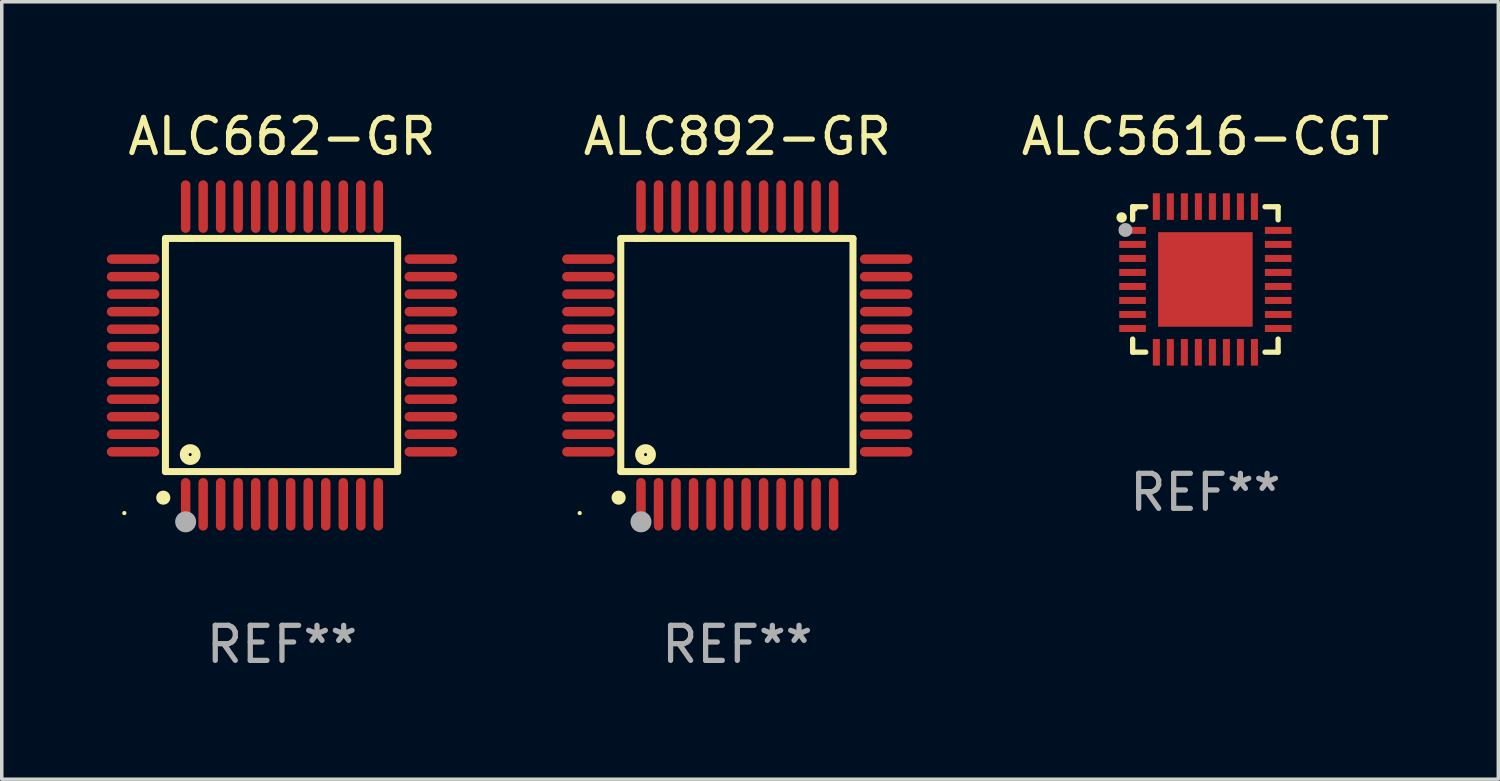
<source format=kicad_pcb>
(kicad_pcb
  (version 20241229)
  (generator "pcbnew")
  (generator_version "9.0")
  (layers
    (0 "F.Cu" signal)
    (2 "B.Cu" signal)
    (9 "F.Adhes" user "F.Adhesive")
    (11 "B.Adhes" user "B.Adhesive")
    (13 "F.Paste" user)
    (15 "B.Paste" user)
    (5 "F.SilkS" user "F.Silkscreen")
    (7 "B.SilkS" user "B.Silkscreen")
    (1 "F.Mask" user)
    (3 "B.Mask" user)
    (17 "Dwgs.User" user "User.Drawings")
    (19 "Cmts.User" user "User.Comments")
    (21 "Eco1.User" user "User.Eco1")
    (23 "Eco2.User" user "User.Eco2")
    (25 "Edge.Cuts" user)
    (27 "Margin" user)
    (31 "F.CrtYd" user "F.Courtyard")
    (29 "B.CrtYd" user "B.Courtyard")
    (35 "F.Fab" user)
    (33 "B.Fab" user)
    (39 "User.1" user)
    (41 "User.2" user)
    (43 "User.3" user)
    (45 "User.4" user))
  (footprint "ALC892-GR"
    (layer "F.Cu")
    (at 18 7.098)
    (property "Reference" "ALC892-GR" (at 0 -6.25 0) (layer "F.SilkS") (effects (font (size 1 1) (thickness 0.15))))
    (attr through_hole)
    (fp_line (start -3.327 -3.34) (end -2.565 -3.34) (stroke (width 0.2) (type solid)) (layer "F.SilkS"))
    (fp_line (start -3.327 3.315) (end -3.327 -3.34) (stroke (width 0.2) (type solid)) (layer "F.SilkS"))
    (fp_line (start -2.896 -3.34) (end 3.302 -3.34) (stroke (width 0.2) (type solid)) (layer "F.SilkS"))
    (fp_line (start 3.302 -3.34) (end 3.302 3.315) (stroke (width 0.2) (type solid)) (layer "F.SilkS"))
    (fp_line (start 3.302 3.315) (end -3.327 3.315) (stroke (width 0.2) (type solid)) (layer "F.SilkS"))
    (fp_arc (start -3.389992 4.059995) (mid -3.388722 4.059991) (end -3.387452 4.059995) (stroke (width 0.4) (type solid)) (layer "F.SilkS"))
    (fp_circle (center -4.5 4.5) (end -4.47 4.5) (stroke (width 0.06) (type solid)) (fill no) (layer "F.SilkS"))
    (fp_circle (center -2.62 2.83) (end -2.45 2.83) (stroke (width 0.254) (type solid)) (fill no) (layer "F.SilkS"))
    (fp_circle (center -2.75 4.75) (end -2.6 4.75) (stroke (width 0.3) (type solid)) (fill no) (layer "F.Fab"))
    (fp_text user "REF**" (at 0 8.25 0) (layer "F.Fab") (effects (font (size 1 1) (thickness 0.15))))
    (pad "1" smd oval (at -2.75 4.25) (size 0.27 1.5) (layers "F.Cu" "F.Mask" "F.Paste"))
    (pad "2" smd oval (at -2.25 4.25) (size 0.27 1.5) (layers "F.Cu" "F.Mask" "F.Paste"))
    (pad "3" smd oval (at -1.75 4.25) (size 0.27 1.5) (layers "F.Cu" "F.Mask" "F.Paste"))
    (pad "4" smd oval (at -1.25 4.25) (size 0.27 1.5) (layers "F.Cu" "F.Mask" "F.Paste"))
    (pad "5" smd oval (at -0.75 4.25) (size 0.27 1.5) (layers "F.Cu" "F.Mask" "F.Paste"))
    (pad "6" smd oval (at -0.25 4.25) (size 0.27 1.5) (layers "F.Cu" "F.Mask" "F.Paste"))
    (pad "7" smd oval (at 0.25 4.25) (size 0.27 1.5) (layers "F.Cu" "F.Mask" "F.Paste"))
    (pad "8" smd oval (at 0.75 4.25) (size 0.27 1.5) (layers "F.Cu" "F.Mask" "F.Paste"))
    (pad "9" smd oval (at 1.25 4.25) (size 0.27 1.5) (layers "F.Cu" "F.Mask" "F.Paste"))
    (pad "10" smd oval (at 1.75 4.25) (size 0.27 1.5) (layers "F.Cu" "F.Mask" "F.Paste"))
    (pad "11" smd oval (at 2.25 4.25) (size 0.27 1.5) (layers "F.Cu" "F.Mask" "F.Paste"))
    (pad "12" smd oval (at 2.75 4.25) (size 0.27 1.5) (layers "F.Cu" "F.Mask" "F.Paste"))
    (pad "13" smd oval (at 4.25 2.75) (size 1.5 0.27) (layers "F.Cu" "F.Mask" "F.Paste"))
    (pad "14" smd oval (at 4.25 2.25) (size 1.5 0.27) (layers "F.Cu" "F.Mask" "F.Paste"))
    (pad "15" smd oval (at 4.25 1.75) (size 1.5 0.27) (layers "F.Cu" "F.Mask" "F.Paste"))
    (pad "16" smd oval (at 4.25 1.25) (size 1.5 0.27) (layers "F.Cu" "F.Mask" "F.Paste"))
    (pad "17" smd oval (at 4.25 0.75) (size 1.5 0.27) (layers "F.Cu" "F.Mask" "F.Paste"))
    (pad "18" smd oval (at 4.25 0.25) (size 1.5 0.27) (layers "F.Cu" "F.Mask" "F.Paste"))
    (pad "19" smd oval (at 4.25 -0.25) (size 1.5 0.27) (layers "F.Cu" "F.Mask" "F.Paste"))
    (pad "20" smd oval (at 4.25 -0.75) (size 1.5 0.27) (layers "F.Cu" "F.Mask" "F.Paste"))
    (pad "21" smd oval (at 4.25 -1.25) (size 1.5 0.27) (layers "F.Cu" "F.Mask" "F.Paste"))
    (pad "22" smd oval (at 4.25 -1.75) (size 1.5 0.27) (layers "F.Cu" "F.Mask" "F.Paste"))
    (pad "23" smd oval (at 4.25 -2.25) (size 1.5 0.27) (layers "F.Cu" "F.Mask" "F.Paste"))
    (pad "24" smd oval (at 4.25 -2.75) (size 1.5 0.27) (layers "F.Cu" "F.Mask" "F.Paste"))
    (pad "25" smd oval (at 2.75 -4.25) (size 0.27 1.5) (layers "F.Cu" "F.Mask" "F.Paste"))
    (pad "26" smd oval (at 2.25 -4.25) (size 0.27 1.5) (layers "F.Cu" "F.Mask" "F.Paste"))
    (pad "27" smd oval (at 1.75 -4.25) (size 0.27 1.5) (layers "F.Cu" "F.Mask" "F.Paste"))
    (pad "28" smd oval (at 1.25 -4.25) (size 0.27 1.5) (layers "F.Cu" "F.Mask" "F.Paste"))
    (pad "29" smd oval (at 0.75 -4.25) (size 0.27 1.5) (layers "F.Cu" "F.Mask" "F.Paste"))
    (pad "30" smd oval (at 0.25 -4.25) (size 0.27 1.5) (layers "F.Cu" "F.Mask" "F.Paste"))
    (pad "31" smd oval (at -0.25 -4.25) (size 0.27 1.5) (layers "F.Cu" "F.Mask" "F.Paste"))
    (pad "32" smd oval (at -0.75 -4.25) (size 0.27 1.5) (layers "F.Cu" "F.Mask" "F.Paste"))
    (pad "33" smd oval (at -1.25 -4.25) (size 0.27 1.5) (layers "F.Cu" "F.Mask" "F.Paste"))
    (pad "34" smd oval (at -1.75 -4.25) (size 0.27 1.5) (layers "F.Cu" "F.Mask" "F.Paste"))
    (pad "35" smd oval (at -2.25 -4.25) (size 0.27 1.5) (layers "F.Cu" "F.Mask" "F.Paste"))
    (pad "36" smd oval (at -2.75 -4.25) (size 0.27 1.5) (layers "F.Cu" "F.Mask" "F.Paste"))
    (pad "37" smd oval (at -4.25 -2.75) (size 1.5 0.27) (layers "F.Cu" "F.Mask" "F.Paste"))
    (pad "38" smd oval (at -4.25 -2.25) (size 1.5 0.27) (layers "F.Cu" "F.Mask" "F.Paste"))
    (pad "39" smd oval (at -4.25 -1.75) (size 1.5 0.27) (layers "F.Cu" "F.Mask" "F.Paste"))
    (pad "40" smd oval (at -4.25 -1.25) (size 1.5 0.27) (layers "F.Cu" "F.Mask" "F.Paste"))
    (pad "41" smd oval (at -4.25 -0.75) (size 1.5 0.27) (layers "F.Cu" "F.Mask" "F.Paste"))
    (pad "42" smd oval (at -4.25 -0.25) (size 1.5 0.27) (layers "F.Cu" "F.Mask" "F.Paste"))
    (pad "43" smd oval (at -4.25 0.25) (size 1.5 0.27) (layers "F.Cu" "F.Mask" "F.Paste"))
    (pad "44" smd oval (at -4.25 0.75) (size 1.5 0.27) (layers "F.Cu" "F.Mask" "F.Paste"))
    (pad "45" smd oval (at -4.25 1.25) (size 1.5 0.27) (layers "F.Cu" "F.Mask" "F.Paste"))
    (pad "46" smd oval (at -4.25 1.75) (size 1.5 0.27) (layers "F.Cu" "F.Mask" "F.Paste"))
    (pad "47" smd oval (at -4.25 2.25) (size 1.5 0.27) (layers "F.Cu" "F.Mask" "F.Paste"))
    (pad "48" smd oval (at -4.25 2.75) (size 1.5 0.27) (layers "F.Cu" "F.Mask" "F.Paste")))
  (footprint "ALC5616-CGT"
    (layer "F.Cu")
    (at 31.363 4.928)
    (property "Reference" "ALC5616-CGT" (at 0 -4.08 0) (layer "F.SilkS") (effects (font (size 1 1) (thickness 0.15))))
    (attr through_hole)
    (fp_line (start -2.076 -2.076) (end -2.076 -1.703) (stroke (width 0.152) (type solid)) (layer "F.SilkS"))
    (fp_line (start -2.076 2.076) (end -2.076 1.703) (stroke (width 0.152) (type solid)) (layer "F.SilkS"))
    (fp_line (start -1.703 -2.076) (end -2.076 -2.076) (stroke (width 0.152) (type solid)) (layer "F.SilkS"))
    (fp_line (start -1.703 2.076) (end -2.076 2.076) (stroke (width 0.152) (type solid)) (layer "F.SilkS"))
    (fp_line (start 1.703 -2.076) (end 2.076 -2.076) (stroke (width 0.152) (type solid)) (layer "F.SilkS"))
    (fp_line (start 1.703 2.076) (end 2.076 2.076) (stroke (width 0.152) (type solid)) (layer "F.SilkS"))
    (fp_line (start 2.076 -2.076) (end 2.076 -1.703) (stroke (width 0.152) (type solid)) (layer "F.SilkS"))
    (fp_line (start 2.076 2.076) (end 2.076 1.703) (stroke (width 0.152) (type solid)) (layer "F.SilkS"))
    (fp_circle (center -2.39 -1.77) (end -2.315 -1.77) (stroke (width 0.15) (type solid)) (fill no) (layer "F.SilkS"))
    (fp_circle (center -2 -2) (end -1.97 -2) (stroke (width 0.06) (type solid)) (fill no) (layer "F.SilkS"))
    (fp_circle (center -2.282 -1.412) (end -2.182 -1.412) (stroke (width 0.2) (type solid)) (fill no) (layer "F.Fab"))
    (fp_text user "REF**" (at 0 6.08 0) (layer "F.Fab") (effects (font (size 1 1) (thickness 0.15))))
    (pad "1" smd rect (at -2.08 -1.4) (size 0.76 0.2) (layers "F.Cu" "F.Mask" "F.Paste"))
    (pad "2" smd rect (at -2.08 -1) (size 0.76 0.2) (layers "F.Cu" "F.Mask" "F.Paste"))
    (pad "3" smd rect (at -2.08 -0.6) (size 0.76 0.2) (layers "F.Cu" "F.Mask" "F.Paste"))
    (pad "4" smd rect (at -2.08 -0.2) (size 0.76 0.2) (layers "F.Cu" "F.Mask" "F.Paste"))
    (pad "5" smd rect (at -2.08 0.2) (size 0.76 0.2) (layers "F.Cu" "F.Mask" "F.Paste"))
    (pad "6" smd rect (at -2.08 0.6) (size 0.76 0.2) (layers "F.Cu" "F.Mask" "F.Paste"))
    (pad "7" smd rect (at -2.08 1) (size 0.76 0.2) (layers "F.Cu" "F.Mask" "F.Paste"))
    (pad "8" smd rect (at -2.08 1.4) (size 0.76 0.2) (layers "F.Cu" "F.Mask" "F.Paste"))
    (pad "9" smd rect (at -1.4 2.08) (size 0.2 0.76) (layers "F.Cu" "F.Mask" "F.Paste"))
    (pad "10" smd rect (at -1 2.08) (size 0.2 0.76) (layers "F.Cu" "F.Mask" "F.Paste"))
    (pad "11" smd rect (at -0.6 2.08) (size 0.2 0.76) (layers "F.Cu" "F.Mask" "F.Paste"))
    (pad "12" smd rect (at -0.2 2.08) (size 0.2 0.76) (layers "F.Cu" "F.Mask" "F.Paste"))
    (pad "13" smd rect (at 0.2 2.08) (size 0.2 0.76) (layers "F.Cu" "F.Mask" "F.Paste"))
    (pad "14" smd rect (at 0.6 2.08) (size 0.2 0.76) (layers "F.Cu" "F.Mask" "F.Paste"))
    (pad "15" smd rect (at 1 2.08) (size 0.2 0.76) (layers "F.Cu" "F.Mask" "F.Paste"))
    (pad "16" smd rect (at 1.4 2.08) (size 0.2 0.76) (layers "F.Cu" "F.Mask" "F.Paste"))
    (pad "17" smd rect (at 2.08 1.4) (size 0.76 0.2) (layers "F.Cu" "F.Mask" "F.Paste"))
    (pad "18" smd rect (at 2.08 1) (size 0.76 0.2) (layers "F.Cu" "F.Mask" "F.Paste"))
    (pad "19" smd rect (at 2.08 0.6) (size 0.76 0.2) (layers "F.Cu" "F.Mask" "F.Paste"))
    (pad "20" smd rect (at 2.08 0.2) (size 0.76 0.2) (layers "F.Cu" "F.Mask" "F.Paste"))
    (pad "21" smd rect (at 2.08 -0.2) (size 0.76 0.2) (layers "F.Cu" "F.Mask" "F.Paste"))
    (pad "22" smd rect (at 2.08 -0.6) (size 0.76 0.2) (layers "F.Cu" "F.Mask" "F.Paste"))
    (pad "23" smd rect (at 2.08 -1) (size 0.76 0.2) (layers "F.Cu" "F.Mask" "F.Paste"))
    (pad "24" smd rect (at 2.08 -1.4) (size 0.76 0.2) (layers "F.Cu" "F.Mask" "F.Paste"))
    (pad "25" smd rect (at 1.4 -2.08) (size 0.2 0.76) (layers "F.Cu" "F.Mask" "F.Paste"))
    (pad "26" smd rect (at 1 -2.08) (size 0.2 0.76) (layers "F.Cu" "F.Mask" "F.Paste"))
    (pad "27" smd rect (at 0.6 -2.08) (size 0.2 0.76) (layers "F.Cu" "F.Mask" "F.Paste"))
    (pad "28" smd rect (at 0.2 -2.08) (size 0.2 0.76) (layers "F.Cu" "F.Mask" "F.Paste"))
    (pad "29" smd rect (at -0.2 -2.08) (size 0.2 0.76) (layers "F.Cu" "F.Mask" "F.Paste"))
    (pad "30" smd rect (at -0.6 -2.08) (size 0.2 0.76) (layers "F.Cu" "F.Mask" "F.Paste"))
    (pad "31" smd rect (at -1 -2.08) (size 0.2 0.76) (layers "F.Cu" "F.Mask" "F.Paste"))
    (pad "32" smd rect (at -1.4 -2.08) (size 0.2 0.76) (layers "F.Cu" "F.Mask" "F.Paste"))
    (pad "33" smd rect (at 0 0) (size 2.7 2.7) (layers "F.Cu" "F.Mask" "F.Paste")))
  (footprint "ALC662-GR"
    (layer "F.Cu")
    (at 5 7.098)
    (property "Reference" "ALC662-GR" (at 0 -6.25 0) (layer "F.SilkS") (effects (font (size 1 1) (thickness 0.15))))
    (attr through_hole)
    (fp_line (start -3.327 -3.34) (end -2.565 -3.34) (stroke (width 0.2) (type solid)) (layer "F.SilkS"))
    (fp_line (start -3.327 3.315) (end -3.327 -3.34) (stroke (width 0.2) (type solid)) (layer "F.SilkS"))
    (fp_line (start -2.896 -3.34) (end 3.302 -3.34) (stroke (width 0.2) (type solid)) (layer "F.SilkS"))
    (fp_line (start 3.302 -3.34) (end 3.302 3.315) (stroke (width 0.2) (type solid)) (layer "F.SilkS"))
    (fp_line (start 3.302 3.315) (end -3.327 3.315) (stroke (width 0.2) (type solid)) (layer "F.SilkS"))
    (fp_arc (start -3.389992 4.059995) (mid -3.388722 4.059991) (end -3.387452 4.059995) (stroke (width 0.4) (type solid)) (layer "F.SilkS"))
    (fp_circle (center -4.5 4.5) (end -4.47 4.5) (stroke (width 0.06) (type solid)) (fill no) (layer "F.SilkS"))
    (fp_circle (center -2.62 2.83) (end -2.45 2.83) (stroke (width 0.254) (type solid)) (fill no) (layer "F.SilkS"))
    (fp_circle (center -2.75 4.75) (end -2.6 4.75) (stroke (width 0.3) (type solid)) (fill no) (layer "F.Fab"))
    (fp_text user "REF**" (at 0 8.25 0) (layer "F.Fab") (effects (font (size 1 1) (thickness 0.15))))
    (pad "1" smd oval (at -2.75 4.25) (size 0.27 1.5) (layers "F.Cu" "F.Mask" "F.Paste"))
    (pad "2" smd oval (at -2.25 4.25) (size 0.27 1.5) (layers "F.Cu" "F.Mask" "F.Paste"))
    (pad "3" smd oval (at -1.75 4.25) (size 0.27 1.5) (layers "F.Cu" "F.Mask" "F.Paste"))
    (pad "4" smd oval (at -1.25 4.25) (size 0.27 1.5) (layers "F.Cu" "F.Mask" "F.Paste"))
    (pad "5" smd oval (at -0.75 4.25) (size 0.27 1.5) (layers "F.Cu" "F.Mask" "F.Paste"))
    (pad "6" smd oval (at -0.25 4.25) (size 0.27 1.5) (layers "F.Cu" "F.Mask" "F.Paste"))
    (pad "7" smd oval (at 0.25 4.25) (size 0.27 1.5) (layers "F.Cu" "F.Mask" "F.Paste"))
    (pad "8" smd oval (at 0.75 4.25) (size 0.27 1.5) (layers "F.Cu" "F.Mask" "F.Paste"))
    (pad "9" smd oval (at 1.25 4.25) (size 0.27 1.5) (layers "F.Cu" "F.Mask" "F.Paste"))
    (pad "10" smd oval (at 1.75 4.25) (size 0.27 1.5) (layers "F.Cu" "F.Mask" "F.Paste"))
    (pad "11" smd oval (at 2.25 4.25) (size 0.27 1.5) (layers "F.Cu" "F.Mask" "F.Paste"))
    (pad "12" smd oval (at 2.75 4.25) (size 0.27 1.5) (layers "F.Cu" "F.Mask" "F.Paste"))
    (pad "13" smd oval (at 4.25 2.75) (size 1.5 0.27) (layers "F.Cu" "F.Mask" "F.Paste"))
    (pad "14" smd oval (at 4.25 2.25) (size 1.5 0.27) (layers "F.Cu" "F.Mask" "F.Paste"))
    (pad "15" smd oval (at 4.25 1.75) (size 1.5 0.27) (layers "F.Cu" "F.Mask" "F.Paste"))
    (pad "16" smd oval (at 4.25 1.25) (size 1.5 0.27) (layers "F.Cu" "F.Mask" "F.Paste"))
    (pad "17" smd oval (at 4.25 0.75) (size 1.5 0.27) (layers "F.Cu" "F.Mask" "F.Paste"))
    (pad "18" smd oval (at 4.25 0.25) (size 1.5 0.27) (layers "F.Cu" "F.Mask" "F.Paste"))
    (pad "19" smd oval (at 4.25 -0.25) (size 1.5 0.27) (layers "F.Cu" "F.Mask" "F.Paste"))
    (pad "20" smd oval (at 4.25 -0.75) (size 1.5 0.27) (layers "F.Cu" "F.Mask" "F.Paste"))
    (pad "21" smd oval (at 4.25 -1.25) (size 1.5 0.27) (layers "F.Cu" "F.Mask" "F.Paste"))
    (pad "22" smd oval (at 4.25 -1.75) (size 1.5 0.27) (layers "F.Cu" "F.Mask" "F.Paste"))
    (pad "23" smd oval (at 4.25 -2.25) (size 1.5 0.27) (layers "F.Cu" "F.Mask" "F.Paste"))
    (pad "24" smd oval (at 4.25 -2.75) (size 1.5 0.27) (layers "F.Cu" "F.Mask" "F.Paste"))
    (pad "25" smd oval (at 2.75 -4.25) (size 0.27 1.5) (layers "F.Cu" "F.Mask" "F.Paste"))
    (pad "26" smd oval (at 2.25 -4.25) (size 0.27 1.5) (layers "F.Cu" "F.Mask" "F.Paste"))
    (pad "27" smd oval (at 1.75 -4.25) (size 0.27 1.5) (layers "F.Cu" "F.Mask" "F.Paste"))
    (pad "28" smd oval (at 1.25 -4.25) (size 0.27 1.5) (layers "F.Cu" "F.Mask" "F.Paste"))
    (pad "29" smd oval (at 0.75 -4.25) (size 0.27 1.5) (layers "F.Cu" "F.Mask" "F.Paste"))
    (pad "30" smd oval (at 0.25 -4.25) (size 0.27 1.5) (layers "F.Cu" "F.Mask" "F.Paste"))
    (pad "31" smd oval (at -0.25 -4.25) (size 0.27 1.5) (layers "F.Cu" "F.Mask" "F.Paste"))
    (pad "32" smd oval (at -0.75 -4.25) (size 0.27 1.5) (layers "F.Cu" "F.Mask" "F.Paste"))
    (pad "33" smd oval (at -1.25 -4.25) (size 0.27 1.5) (layers "F.Cu" "F.Mask" "F.Paste"))
    (pad "34" smd oval (at -1.75 -4.25) (size 0.27 1.5) (layers "F.Cu" "F.Mask" "F.Paste"))
    (pad "35" smd oval (at -2.25 -4.25) (size 0.27 1.5) (layers "F.Cu" "F.Mask" "F.Paste"))
    (pad "36" smd oval (at -2.75 -4.25) (size 0.27 1.5) (layers "F.Cu" "F.Mask" "F.Paste"))
    (pad "37" smd oval (at -4.25 -2.75) (size 1.5 0.27) (layers "F.Cu" "F.Mask" "F.Paste"))
    (pad "38" smd oval (at -4.25 -2.25) (size 1.5 0.27) (layers "F.Cu" "F.Mask" "F.Paste"))
    (pad "39" smd oval (at -4.25 -1.75) (size 1.5 0.27) (layers "F.Cu" "F.Mask" "F.Paste"))
    (pad "40" smd oval (at -4.25 -1.25) (size 1.5 0.27) (layers "F.Cu" "F.Mask" "F.Paste"))
    (pad "41" smd oval (at -4.25 -0.75) (size 1.5 0.27) (layers "F.Cu" "F.Mask" "F.Paste"))
    (pad "42" smd oval (at -4.25 -0.25) (size 1.5 0.27) (layers "F.Cu" "F.Mask" "F.Paste"))
    (pad "43" smd oval (at -4.25 0.25) (size 1.5 0.27) (layers "F.Cu" "F.Mask" "F.Paste"))
    (pad "44" smd oval (at -4.25 0.75) (size 1.5 0.27) (layers "F.Cu" "F.Mask" "F.Paste"))
    (pad "45" smd oval (at -4.25 1.25) (size 1.5 0.27) (layers "F.Cu" "F.Mask" "F.Paste"))
    (pad "46" smd oval (at -4.25 1.75) (size 1.5 0.27) (layers "F.Cu" "F.Mask" "F.Paste"))
    (pad "47" smd oval (at -4.25 2.25) (size 1.5 0.27) (layers "F.Cu" "F.Mask" "F.Paste"))
    (pad "48" smd oval (at -4.25 2.75) (size 1.5 0.27) (layers "F.Cu" "F.Mask" "F.Paste")))
  (gr_rect
    (start -3 -3)
    (end 39.726 19.196)
    (stroke (width 0.1) (type default))
    (fill no)
    (layer "Edge.Cuts")))
</source>
